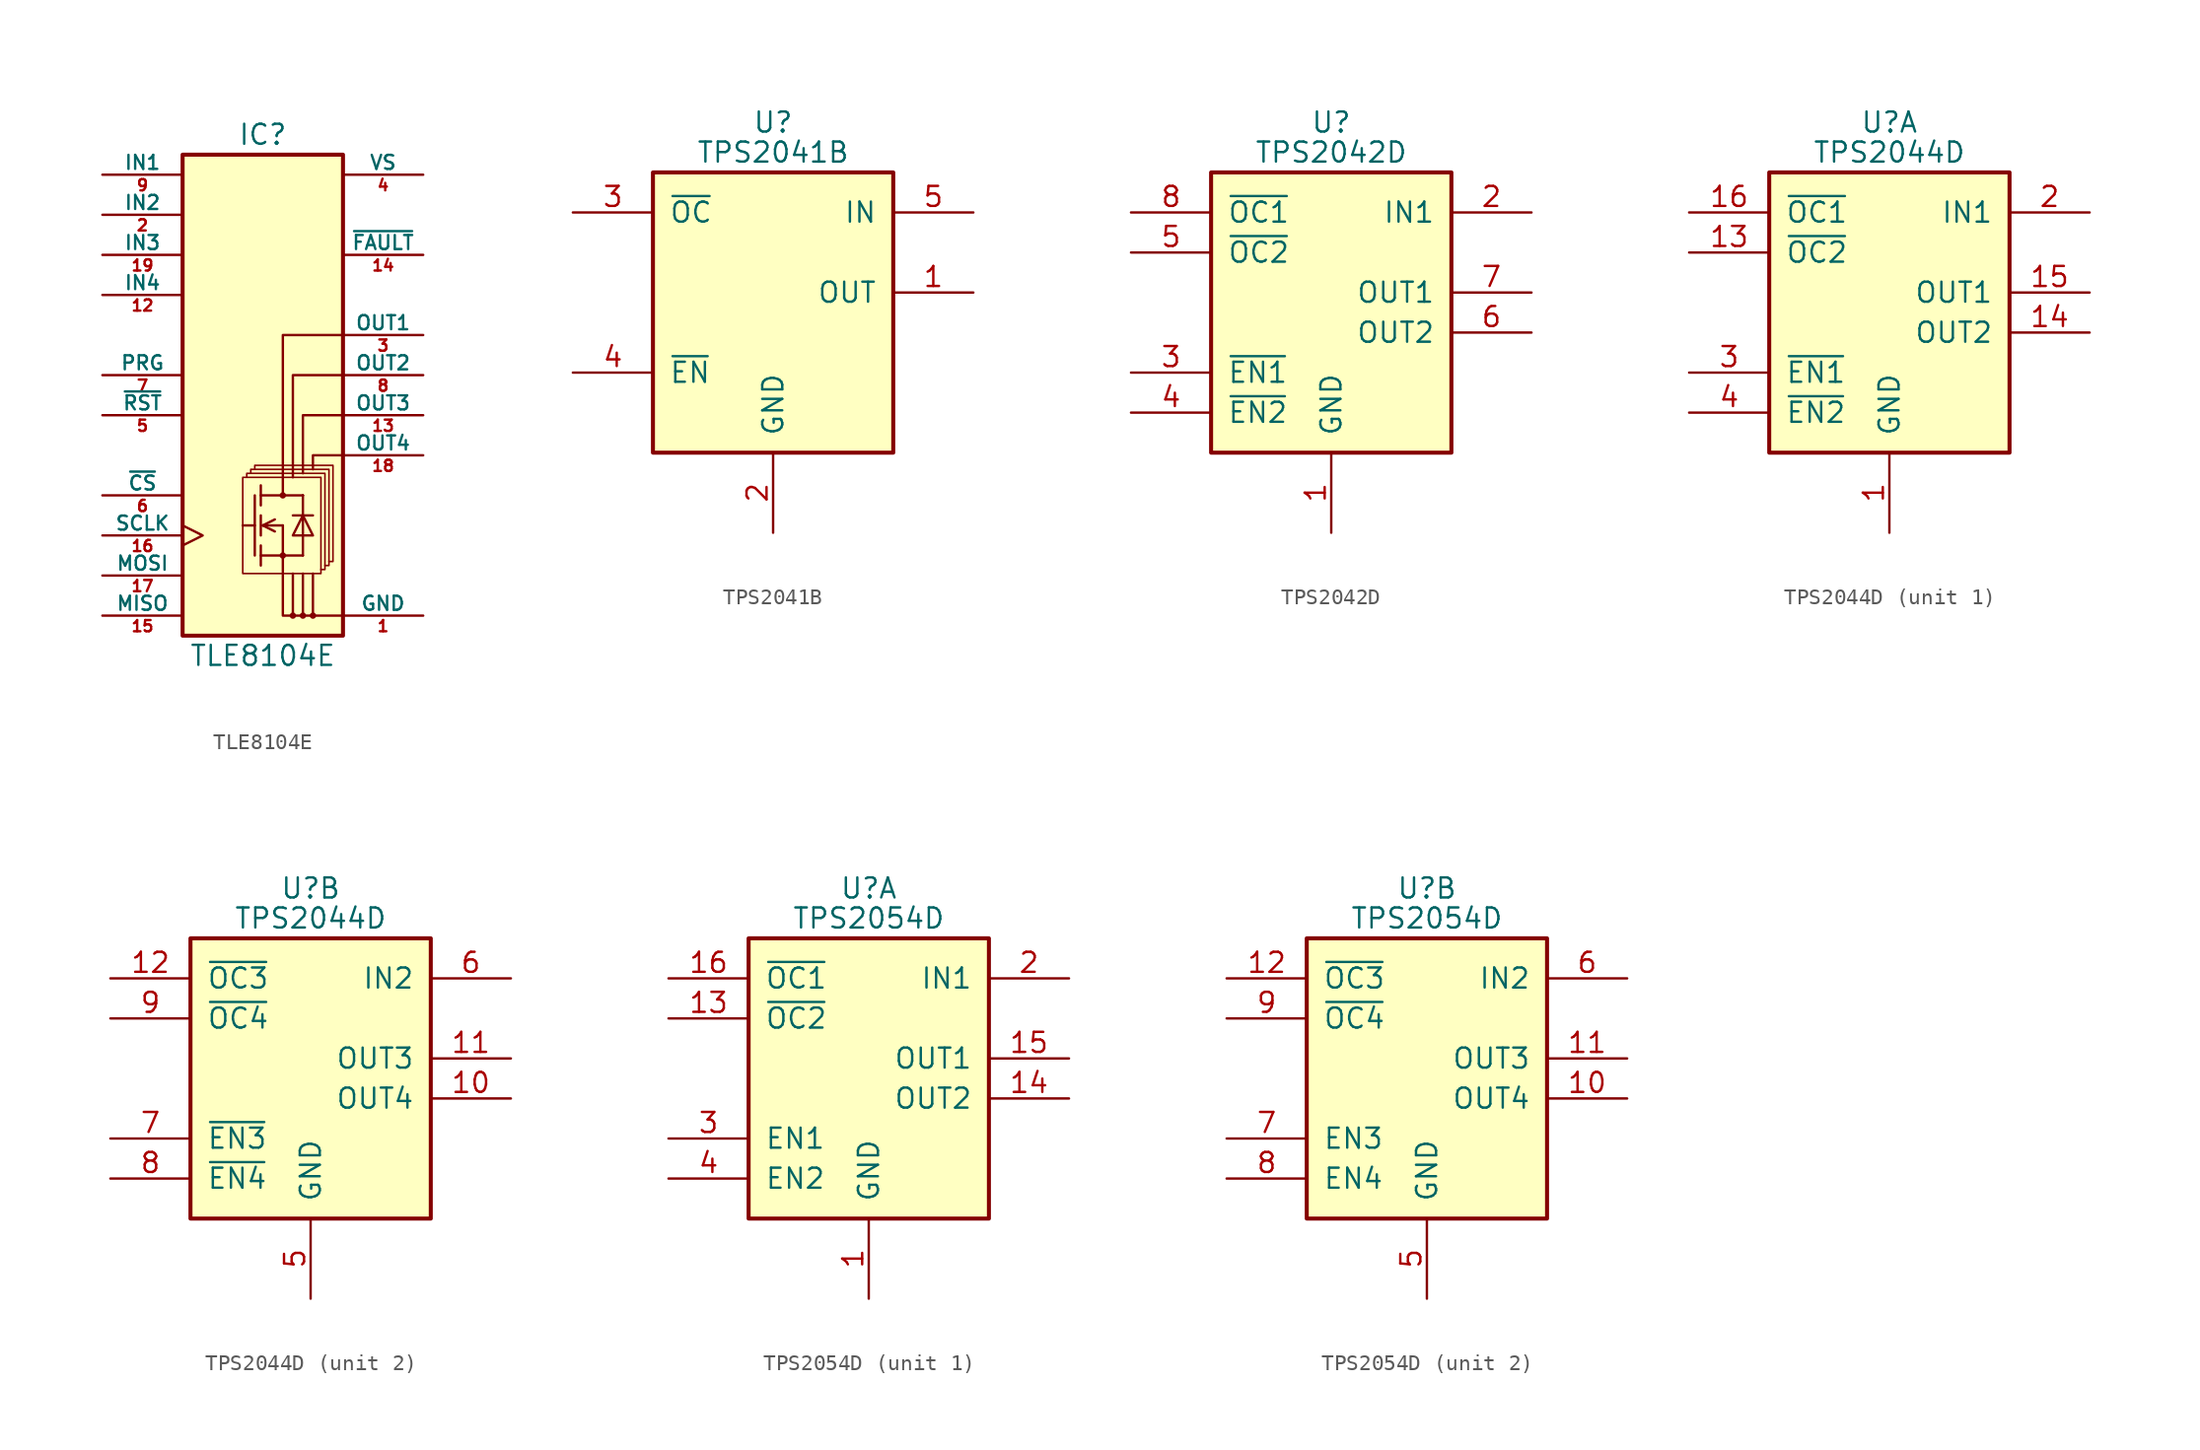
<source format=kicad_sym>
(kicad_symbol_lib
  (version 20211014)
  (generator kicad_symbol_editor)
  (symbol "TLE8104E"
    (pin_names
      (offset 0))
    (property "Reference" "IC"
      (at 0 17.78 0)
      (effects (font (size 1.27 1.27))))
    (property "Value" "TLE8104E"
      (at 0 -15.24 0)
      (effects (font (size 1.27 1.27))))
    (symbol "TLE8104E_0_1"
      (rectangle (start -5.08 16.51) (end 5.08 -13.97) (stroke (width 0.254) (type default) (color 0 0 0 0)) (fill (type background)))
      (rectangle (start -1.27 -3.937) (end 3.683 -10.033) (stroke (width 0.102) (type default) (color 0 0 0 0)) (fill (type background)))
      (polyline (pts (xy -1.27 -6.985) (xy -0.508 -6.985)) (stroke (width 0.152) (type default) (color 0 0 0 0)) (fill (type none)))
      (polyline (pts (xy -0.508 -5.08) (xy -0.508 -8.89)) (stroke (width 0.152) (type default) (color 0 0 0 0)) (fill (type none)))
      (polyline (pts (xy -0.127 -8.89) (xy 2.54 -8.89)) (stroke (width 0.152) (type default) (color 0 0 0 0)) (fill (type none)))
      (polyline (pts (xy -0.127 -8.255) (xy -0.127 -9.525)) (stroke (width 0.152) (type default) (color 0 0 0 0)) (fill (type none)))
      (polyline (pts (xy -0.127 -6.35) (xy -0.127 -7.62)) (stroke (width 0.152) (type default) (color 0 0 0 0)) (fill (type none)))
      (polyline (pts (xy -0.127 -4.445) (xy -0.127 -5.715)) (stroke (width 0.152) (type default) (color 0 0 0 0)) (fill (type none)))
      (polyline (pts (xy 0 -6.985) (xy 0.762 -7.366)) (stroke (width 0.152) (type default) (color 0 0 0 0)) (fill (type none)))
      (polyline (pts (xy 0 -6.985) (xy 0.762 -6.604)) (stroke (width 0.152) (type default) (color 0 0 0 0)) (fill (type none)))
      (polyline (pts (xy 0 -6.985) (xy 1.27 -6.985)) (stroke (width 0.152) (type default) (color 0 0 0 0)) (fill (type none)))
      (polyline (pts (xy 1.905 -10.033) (xy 1.905 -12.7)) (stroke (width 0.152) (type default) (color 0 0 0 0)) (fill (type none)))
      (polyline (pts (xy 1.905 -6.35) (xy 3.175 -6.35)) (stroke (width 0.152) (type default) (color 0 0 0 0)) (fill (type none)))
      (polyline (pts (xy 2.54 -12.7) (xy 2.54 -10.033)) (stroke (width 0.152) (type default) (color 0 0 0 0)) (fill (type none)))
      (polyline (pts (xy 2.54 -5.08) (xy -0.127 -5.08)) (stroke (width 0.152) (type default) (color 0 0 0 0)) (fill (type none)))
      (polyline (pts (xy 2.54 -5.08) (xy 2.54 -8.89)) (stroke (width 0) (type default) (color 0 0 0 0)) (fill (type none)))
      (polyline (pts (xy 2.54 -5.08) (xy 2.54 -5.08)) (stroke (width 0) (type default) (color 0 0 0 0)) (fill (type none)))
      (polyline (pts (xy 3.175 -12.7) (xy 3.175 -10.033)) (stroke (width 0.152) (type default) (color 0 0 0 0)) (fill (type none)))
      (polyline (pts (xy 1.27 -6.985) (xy 1.27 -7.62) (xy 1.27 -8.89)) (stroke (width 0.152) (type default) (color 0 0 0 0)) (fill (type none)))
      (polyline (pts (xy 1.27 -5.08) (xy 1.27 5.08) (xy 5.08 5.08)) (stroke (width 0.152) (type default) (color 0 0 0 0)) (fill (type none)))
      (polyline (pts (xy 5.08 -12.7) (xy 1.27 -12.7) (xy 1.27 -8.89)) (stroke (width 0.152) (type default) (color 0 0 0 0)) (fill (type none)))
      (polyline (pts (xy 5.08 -2.54) (xy 3.175 -2.54) (xy 3.175 -3.429)) (stroke (width 0.152) (type default) (color 0 0 0 0)) (fill (type none)))
      (polyline (pts (xy 5.08 0) (xy 2.54 0) (xy 2.54 -3.683)) (stroke (width 0.152) (type default) (color 0 0 0 0)) (fill (type none)))
      (polyline (pts (xy 5.08 2.54) (xy 1.905 2.54) (xy 1.905 -3.937)) (stroke (width 0.152) (type default) (color 0 0 0 0)) (fill (type none)))
      (polyline (pts (xy 2.54 -6.35) (xy 1.905 -7.62) (xy 3.175 -7.62) (xy 2.54 -6.35)) (stroke (width 0.152) (type default) (color 0 0 0 0)) (fill (type none)))
      (polyline (pts (xy -1.016 -3.937) (xy -1.016 -3.683) (xy 3.937 -3.683) (xy 3.937 -9.779) (xy 3.683 -9.779)) (stroke (width 0.102) (type default) (color 0 0 0 0)) (fill (type background)))
      (polyline (pts (xy -0.762 -3.683) (xy -0.762 -3.429) (xy 4.191 -3.429) (xy 4.191 -9.525) (xy 3.937 -9.525)) (stroke (width 0.102) (type default) (color 0 0 0 0)) (fill (type background)))
      (polyline (pts (xy -0.508 -3.429) (xy -0.508 -3.175) (xy 4.445 -3.175) (xy 4.445 -9.271) (xy 4.191 -9.271)) (stroke (width 0.102) (type default) (color 0 0 0 0)) (fill (type background)))
      (circle (center 1.27 -8.89) (radius 0.127) (stroke (width 0.152) (type default) (color 0 0 0 0)) (fill (type none)))
      (circle (center 1.27 -5.08) (radius 0.127) (stroke (width 0.152) (type default) (color 0 0 0 0)) (fill (type none)))
      (circle (center 1.905 -12.7) (radius 0.127) (stroke (width 0.152) (type default) (color 0 0 0 0)) (fill (type none)))
      (circle (center 2.54 -12.7) (radius 0.127) (stroke (width 0.152) (type default) (color 0 0 0 0)) (fill (type none)))
      (circle (center 3.175 -12.7) (radius 0.127) (stroke (width 0.152) (type default) (color 0 0 0 0)) (fill (type none))))
    (symbol "TLE8104E_1_1"
      (pin power_in line (at 10.16 -12.7 180) (length 5.08) (name "GND" (effects (font (size 0.889 0.889)))) (number "1" (effects (font (size 0.711 0.711)))))
      (pin passive line (at 10.16 -12.7 180) (length 5.08) hide (name "GND" (effects (font (size 0.889 0.889)))) (number "10" (effects (font (size 0.711 0.711)))))
      (pin passive line (at 10.16 -12.7 180) (length 5.08) hide (name "GND" (effects (font (size 0.889 0.889)))) (number "11" (effects (font (size 0.711 0.711)))))
      (pin input line (at -10.16 7.62 0) (length 5.08) (name "IN4" (effects (font (size 0.889 0.889)))) (number "12" (effects (font (size 0.711 0.711)))))
      (pin open_collector line (at 10.16 0 180) (length 5.08) (name "OUT3" (effects (font (size 0.889 0.889)))) (number "13" (effects (font (size 0.711 0.711)))))
      (pin output line (at 10.16 10.16 180) (length 5.08) (name "~{FAULT}" (effects (font (size 0.889 0.889)))) (number "14" (effects (font (size 0.711 0.711)))))
      (pin passive line (at -10.16 -12.7 0) (length 5.08) (name "MISO" (effects (font (size 0.889 0.889)))) (number "15" (effects (font (size 0.711 0.711)))))
      (pin input clock (at -10.16 -7.62 0) (length 5.08) (name "SCLK" (effects (font (size 0.889 0.889)))) (number "16" (effects (font (size 0.711 0.711)))))
      (pin input line (at -10.16 -10.16 0) (length 5.08) (name "MOSI" (effects (font (size 0.889 0.889)))) (number "17" (effects (font (size 0.711 0.711)))))
      (pin open_collector line (at 10.16 -2.54 180) (length 5.08) (name "OUT4" (effects (font (size 0.889 0.889)))) (number "18" (effects (font (size 0.711 0.711)))))
      (pin input line (at -10.16 10.16 0) (length 5.08) (name "IN3" (effects (font (size 0.889 0.889)))) (number "19" (effects (font (size 0.711 0.711)))))
      (pin input line (at -10.16 12.7 0) (length 5.08) (name "IN2" (effects (font (size 0.889 0.889)))) (number "2" (effects (font (size 0.711 0.711)))))
      (pin passive line (at 10.16 -12.7 180) (length 5.08) hide (name "GND" (effects (font (size 0.889 0.889)))) (number "20" (effects (font (size 0.711 0.711)))))
      (pin passive line (at 10.16 -12.7 180) (length 5.08) hide (name "GND" (effects (font (size 0.889 0.889)))) (number "21" (effects (font (size 0.711 0.711)))))
      (pin open_collector line (at 10.16 5.08 180) (length 5.08) (name "OUT1" (effects (font (size 0.889 0.889)))) (number "3" (effects (font (size 0.711 0.711)))))
      (pin power_in line (at 10.16 15.24 180) (length 5.08) (name "VS" (effects (font (size 0.889 0.889)))) (number "4" (effects (font (size 0.711 0.711)))))
      (pin input line (at -10.16 0 0) (length 5.08) (name "~{RST}" (effects (font (size 0.889 0.889)))) (number "5" (effects (font (size 0.711 0.711)))))
      (pin input line (at -10.16 -5.08 0) (length 5.08) (name "~{CS}" (effects (font (size 0.889 0.889)))) (number "6" (effects (font (size 0.711 0.711)))))
      (pin input line (at -10.16 2.54 0) (length 5.08) (name "PRG" (effects (font (size 0.889 0.889)))) (number "7" (effects (font (size 0.711 0.711)))))
      (pin open_collector line (at 10.16 2.54 180) (length 5.08) (name "OUT2" (effects (font (size 0.889 0.889)))) (number "8" (effects (font (size 0.711 0.711)))))
      (pin input line (at -10.16 15.24 0) (length 5.08) (name "IN1" (effects (font (size 0.889 0.889)))) (number "9" (effects (font (size 0.711 0.711)))))))
  (symbol "TPS2041B"
    (pin_names
      (offset 1.016))
    (property "Reference" "U"
      (at 0 10.795 0)
      (effects (font (size 1.27 1.27))))
    (property "Value" "TPS2041B"
      (at 0 8.89 0)
      (effects (font (size 1.27 1.27))))
    (symbol "TPS2041B_0_1"
      (rectangle (start -7.62 7.62) (end 7.62 -10.16) (stroke (width 0.254) (type default) (color 0 0 0 0)) (fill (type background))))
    (symbol "TPS2041B_1_1"
      (pin power_out line (at 12.7 0 180) (length 5.08) (name "OUT" (effects (font (size 1.27 1.27)))) (number "1" (effects (font (size 1.27 1.27)))))
      (pin power_in line (at 0 -15.24 90) (length 5.08) (name "GND" (effects (font (size 1.27 1.27)))) (number "2" (effects (font (size 1.27 1.27)))))
      (pin open_collector line (at -12.7 5.08 0) (length 5.08) (name "~{OC}" (effects (font (size 1.27 1.27)))) (number "3" (effects (font (size 1.27 1.27)))))
      (pin input line (at -12.7 -5.08 0) (length 5.08) (name "~{EN}" (effects (font (size 1.27 1.27)))) (number "4" (effects (font (size 1.27 1.27)))))
      (pin power_in line (at 12.7 5.08 180) (length 5.08) (name "IN" (effects (font (size 1.27 1.27)))) (number "5" (effects (font (size 1.27 1.27)))))))
  (symbol "TPS2042D"
    (pin_names
      (offset 1.016))
    (property "Reference" "U"
      (at 0 10.795 0)
      (effects (font (size 1.27 1.27))))
    (property "Value" "TPS2042D"
      (at 0 8.89 0)
      (effects (font (size 1.27 1.27))))
    (symbol "TPS2042D_0_1"
      (rectangle (start -7.62 7.62) (end 7.62 -10.16) (stroke (width 0.254) (type default) (color 0 0 0 0)) (fill (type background))))
    (symbol "TPS2042D_1_1"
      (pin power_in line (at 0 -15.24 90) (length 5.08) (name "GND" (effects (font (size 1.27 1.27)))) (number "1" (effects (font (size 1.27 1.27)))))
      (pin power_in line (at 12.7 5.08 180) (length 5.08) (name "IN1" (effects (font (size 1.27 1.27)))) (number "2" (effects (font (size 1.27 1.27)))))
      (pin input line (at -12.7 -5.08 0) (length 5.08) (name "~{EN1}" (effects (font (size 1.27 1.27)))) (number "3" (effects (font (size 1.27 1.27)))))
      (pin input line (at -12.7 -7.62 0) (length 5.08) (name "~{EN2}" (effects (font (size 1.27 1.27)))) (number "4" (effects (font (size 1.27 1.27)))))
      (pin open_collector line (at -12.7 2.54 0) (length 5.08) (name "~{OC2}" (effects (font (size 1.27 1.27)))) (number "5" (effects (font (size 1.27 1.27)))))
      (pin power_out line (at 12.7 -2.54 180) (length 5.08) (name "OUT2" (effects (font (size 1.27 1.27)))) (number "6" (effects (font (size 1.27 1.27)))))
      (pin power_out line (at 12.7 0 180) (length 5.08) (name "OUT1" (effects (font (size 1.27 1.27)))) (number "7" (effects (font (size 1.27 1.27)))))
      (pin open_collector line (at -12.7 5.08 0) (length 5.08) (name "~{OC1}" (effects (font (size 1.27 1.27)))) (number "8" (effects (font (size 1.27 1.27)))))))
  (symbol "TPS2044D"
    (pin_names
      (offset 1.016))
    (property "Reference" "U"
      (at 0 10.795 0)
      (effects (font (size 1.27 1.27))))
    (property "Value" "TPS2044D"
      (at 0 8.89 0)
      (effects (font (size 1.27 1.27))))
    (property "ki_locked" ""
      (at 0 0 0)
      (effects (font (size 1.27 1.27))))
    (symbol "TPS2044D_0_1"
      (rectangle (start -7.62 7.62) (end 7.62 -10.16) (stroke (width 0.254) (type default) (color 0 0 0 0)) (fill (type background))))
    (symbol "TPS2044D_1_1"
      (pin power_in line (at 0 -15.24 90) (length 5.08) (name "GND" (effects (font (size 1.27 1.27)))) (number "1" (effects (font (size 1.27 1.27)))))
      (pin open_collector line (at -12.7 2.54 0) (length 5.08) (name "~{OC2}" (effects (font (size 1.27 1.27)))) (number "13" (effects (font (size 1.27 1.27)))))
      (pin power_out line (at 12.7 -2.54 180) (length 5.08) (name "OUT2" (effects (font (size 1.27 1.27)))) (number "14" (effects (font (size 1.27 1.27)))))
      (pin power_out line (at 12.7 0 180) (length 5.08) (name "OUT1" (effects (font (size 1.27 1.27)))) (number "15" (effects (font (size 1.27 1.27)))))
      (pin open_collector line (at -12.7 5.08 0) (length 5.08) (name "~{OC1}" (effects (font (size 1.27 1.27)))) (number "16" (effects (font (size 1.27 1.27)))))
      (pin power_in line (at 12.7 5.08 180) (length 5.08) (name "IN1" (effects (font (size 1.27 1.27)))) (number "2" (effects (font (size 1.27 1.27)))))
      (pin input line (at -12.7 -5.08 0) (length 5.08) (name "~{EN1}" (effects (font (size 1.27 1.27)))) (number "3" (effects (font (size 1.27 1.27)))))
      (pin input line (at -12.7 -7.62 0) (length 5.08) (name "~{EN2}" (effects (font (size 1.27 1.27)))) (number "4" (effects (font (size 1.27 1.27))))))
    (symbol "TPS2044D_2_1"
      (pin power_out line (at 12.7 -2.54 180) (length 5.08) (name "OUT4" (effects (font (size 1.27 1.27)))) (number "10" (effects (font (size 1.27 1.27)))))
      (pin power_out line (at 12.7 0 180) (length 5.08) (name "OUT3" (effects (font (size 1.27 1.27)))) (number "11" (effects (font (size 1.27 1.27)))))
      (pin open_collector line (at -12.7 5.08 0) (length 5.08) (name "~{OC3}" (effects (font (size 1.27 1.27)))) (number "12" (effects (font (size 1.27 1.27)))))
      (pin power_in line (at 0 -15.24 90) (length 5.08) (name "GND" (effects (font (size 1.27 1.27)))) (number "5" (effects (font (size 1.27 1.27)))))
      (pin power_in line (at 12.7 5.08 180) (length 5.08) (name "IN2" (effects (font (size 1.27 1.27)))) (number "6" (effects (font (size 1.27 1.27)))))
      (pin input line (at -12.7 -5.08 0) (length 5.08) (name "~{EN3}" (effects (font (size 1.27 1.27)))) (number "7" (effects (font (size 1.27 1.27)))))
      (pin input line (at -12.7 -7.62 0) (length 5.08) (name "~{EN4}" (effects (font (size 1.27 1.27)))) (number "8" (effects (font (size 1.27 1.27)))))
      (pin open_collector line (at -12.7 2.54 0) (length 5.08) (name "~{OC4}" (effects (font (size 1.27 1.27)))) (number "9" (effects (font (size 1.27 1.27)))))))
  (symbol "TPS2054D"
    (pin_names
      (offset 1.016))
    (property "Reference" "U"
      (at 0 10.795 0)
      (effects (font (size 1.27 1.27))))
    (property "Value" "TPS2054D"
      (at 0 8.89 0)
      (effects (font (size 1.27 1.27))))
    (property "ki_locked" ""
      (at 0 0 0)
      (effects (font (size 1.27 1.27))))
    (symbol "TPS2054D_0_1"
      (rectangle (start -7.62 7.62) (end 7.62 -10.16) (stroke (width 0.254) (type default) (color 0 0 0 0)) (fill (type background))))
    (symbol "TPS2054D_1_1"
      (pin power_in line (at 0 -15.24 90) (length 5.08) (name "GND" (effects (font (size 1.27 1.27)))) (number "1" (effects (font (size 1.27 1.27)))))
      (pin open_collector line (at -12.7 2.54 0) (length 5.08) (name "~{OC2}" (effects (font (size 1.27 1.27)))) (number "13" (effects (font (size 1.27 1.27)))))
      (pin passive line (at 12.7 -2.54 180) (length 5.08) (name "OUT2" (effects (font (size 1.27 1.27)))) (number "14" (effects (font (size 1.27 1.27)))))
      (pin passive line (at 12.7 0 180) (length 5.08) (name "OUT1" (effects (font (size 1.27 1.27)))) (number "15" (effects (font (size 1.27 1.27)))))
      (pin open_collector line (at -12.7 5.08 0) (length 5.08) (name "~{OC1}" (effects (font (size 1.27 1.27)))) (number "16" (effects (font (size 1.27 1.27)))))
      (pin passive line (at 12.7 5.08 180) (length 5.08) (name "IN1" (effects (font (size 1.27 1.27)))) (number "2" (effects (font (size 1.27 1.27)))))
      (pin input line (at -12.7 -5.08 0) (length 5.08) (name "EN1" (effects (font (size 1.27 1.27)))) (number "3" (effects (font (size 1.27 1.27)))))
      (pin input line (at -12.7 -7.62 0) (length 5.08) (name "EN2" (effects (font (size 1.27 1.27)))) (number "4" (effects (font (size 1.27 1.27))))))
    (symbol "TPS2054D_2_1"
      (pin passive line (at 12.7 -2.54 180) (length 5.08) (name "OUT4" (effects (font (size 1.27 1.27)))) (number "10" (effects (font (size 1.27 1.27)))))
      (pin passive line (at 12.7 0 180) (length 5.08) (name "OUT3" (effects (font (size 1.27 1.27)))) (number "11" (effects (font (size 1.27 1.27)))))
      (pin open_collector line (at -12.7 5.08 0) (length 5.08) (name "~{OC3}" (effects (font (size 1.27 1.27)))) (number "12" (effects (font (size 1.27 1.27)))))
      (pin power_in line (at 0 -15.24 90) (length 5.08) (name "GND" (effects (font (size 1.27 1.27)))) (number "5" (effects (font (size 1.27 1.27)))))
      (pin passive line (at 12.7 5.08 180) (length 5.08) (name "IN2" (effects (font (size 1.27 1.27)))) (number "6" (effects (font (size 1.27 1.27)))))
      (pin input line (at -12.7 -5.08 0) (length 5.08) (name "EN3" (effects (font (size 1.27 1.27)))) (number "7" (effects (font (size 1.27 1.27)))))
      (pin input line (at -12.7 -7.62 0) (length 5.08) (name "EN4" (effects (font (size 1.27 1.27)))) (number "8" (effects (font (size 1.27 1.27)))))
      (pin open_collector line (at -12.7 2.54 0) (length 5.08) (name "~{OC4}" (effects (font (size 1.27 1.27)))) (number "9" (effects (font (size 1.27 1.27))))))))
</source>
